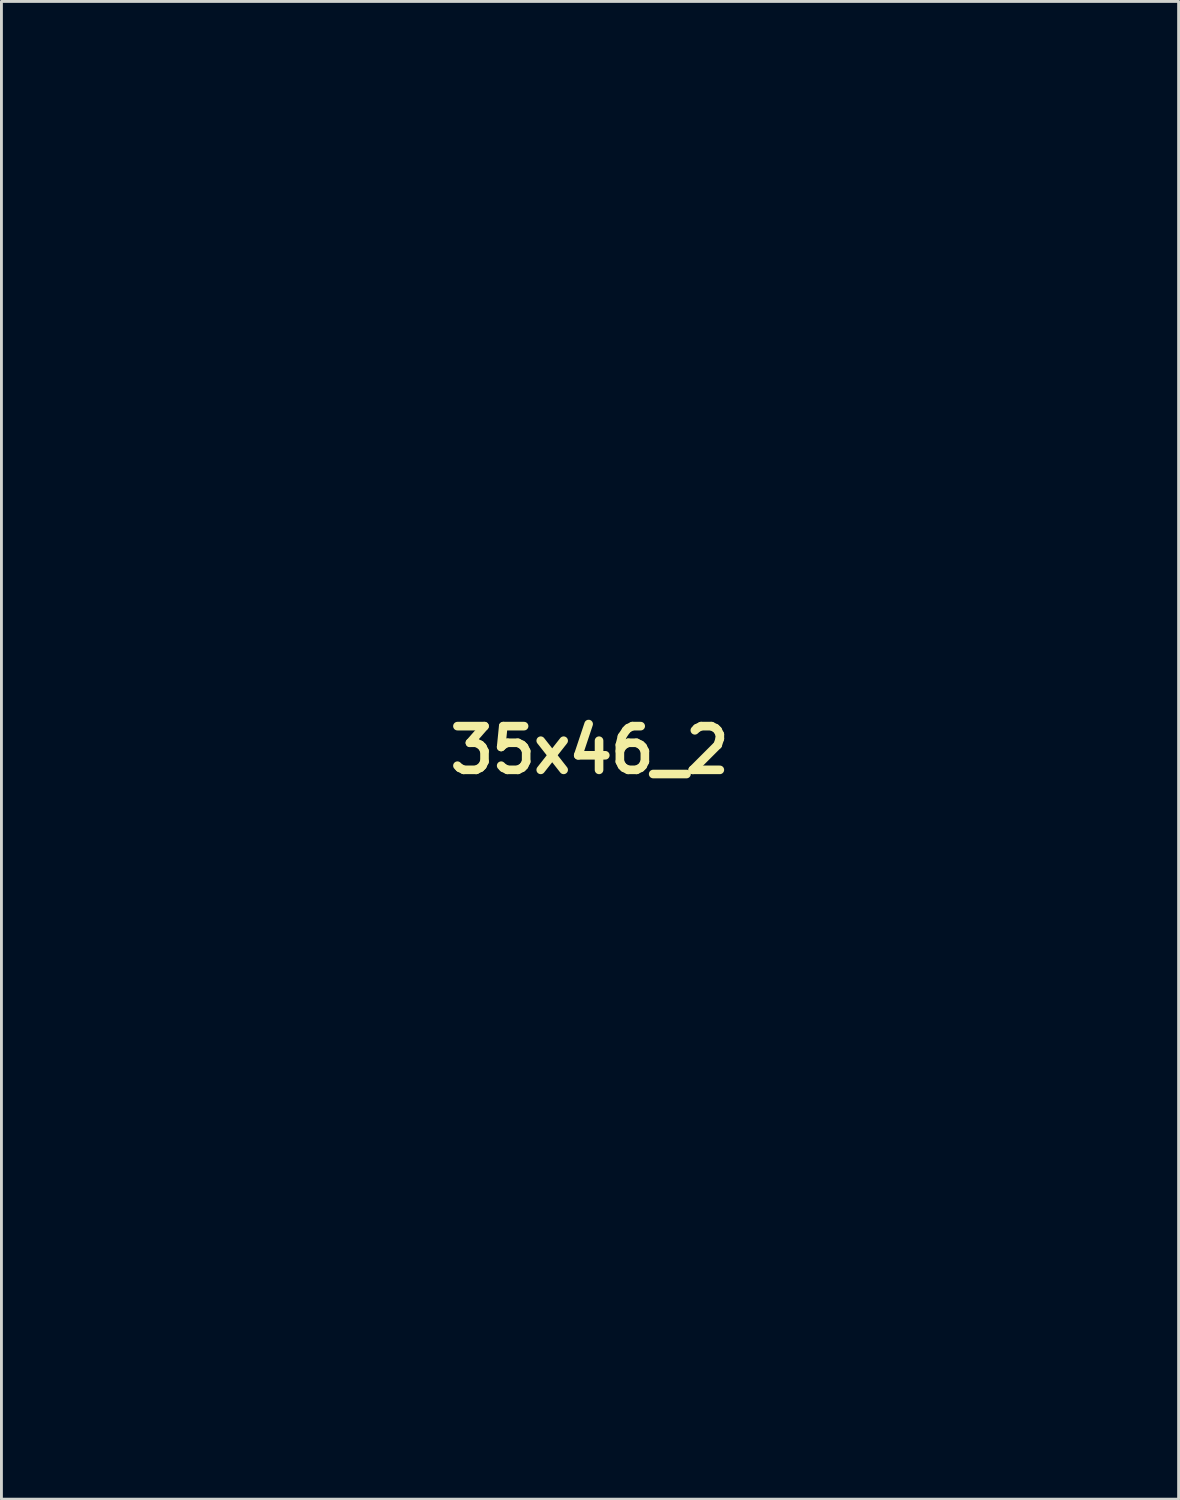
<source format=kicad_pcb>
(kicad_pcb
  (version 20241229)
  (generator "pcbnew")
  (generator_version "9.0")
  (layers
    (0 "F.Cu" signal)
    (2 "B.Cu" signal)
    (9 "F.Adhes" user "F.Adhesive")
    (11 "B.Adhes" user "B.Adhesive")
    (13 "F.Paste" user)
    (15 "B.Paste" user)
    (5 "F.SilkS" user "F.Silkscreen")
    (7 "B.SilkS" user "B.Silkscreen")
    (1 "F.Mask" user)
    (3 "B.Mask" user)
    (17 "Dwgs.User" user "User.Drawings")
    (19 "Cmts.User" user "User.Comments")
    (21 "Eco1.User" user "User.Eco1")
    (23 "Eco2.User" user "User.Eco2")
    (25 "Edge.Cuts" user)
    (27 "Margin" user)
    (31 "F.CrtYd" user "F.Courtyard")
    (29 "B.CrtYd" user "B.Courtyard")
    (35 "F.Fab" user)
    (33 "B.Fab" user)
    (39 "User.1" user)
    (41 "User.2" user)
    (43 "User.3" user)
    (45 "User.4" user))
  (footprint "35x46_2"
    (layer "F.Cu")
    (at 17.5 23.09)
    (property "Reference" "35x46_2" (at 0 0 0) (layer "F.SilkS") (effects (font (size 1.524 1.524) (thickness 0.3))))
    (attr board_only exclude_from_pos_files exclude_from_bom)
    (zone (net_name "") (layer "Eco1.User") (hatch edge 0.508) (connect_pads) (min_thickness 0.254) (filled_areas_thickness no) (fill) (polygon (pts (xy 17.779 0.000019) (xy 18.191 0.000232) (xy 18.598 0.001) (xy 18.998 0.001) (xy 19.387 0.002) (xy 19.763 0.003) (xy 20.122 0.004) (xy 20.462 0.006) (xy 20.78 0.007) (xy 21.073 0.009) (xy 21.338 0.011) (xy 21.572 0.013) (xy 21.773 0.015) (xy 21.937 0.018) (xy 22.062 0.021) (xy 22.144 0.024) (xy 22.173 0.026) (xy 22.605 0.092) (xy 23.033 0.203) (xy 23.448 0.356) (xy 23.843 0.549) (xy 24.028 0.657) (xy 24.379 0.902) (xy 24.708 1.185) (xy 25.01 1.502) (xy 25.28 1.846) (xy 25.514 2.212) (xy 25.706 2.592) (xy 25.855 2.978) (xy 25.961 3.361) (xy 26.024 3.751) (xy 26.049 4.157) (xy 26.049 4.211) (xy 26.049 4.612) (xy 25.973 4.772) (xy 25.863 4.952) (xy 25.717 5.104) (xy 25.543 5.224) (xy 25.348 5.307) (xy 25.264 5.328) (xy 25.23 5.33) (xy 25.152 5.332) (xy 25.03 5.334) (xy 24.868 5.336) (xy 24.667 5.338) (xy 24.43 5.34) (xy 24.159 5.341) (xy 23.855 5.343) (xy 23.522 5.344) (xy 23.161 5.345) (xy 22.774 5.346) (xy 22.364 5.347) (xy 21.932 5.348) (xy 21.482 5.349) (xy 21.014 5.35) (xy 20.531 5.351) (xy 20.036 5.351) (xy 19.53 5.352) (xy 19.016 5.352) (xy 18.496 5.352) (xy 17.972 5.353) (xy 17.445 5.353) (xy 16.919 5.353) (xy 16.395 5.352) (xy 15.876 5.352) (xy 15.364 5.352) (xy 14.86 5.351) (xy 14.368 5.351) (xy 13.888 5.35) (xy 13.424 5.35) (xy 12.978 5.349) (xy 12.551 5.348) (xy 12.146 5.347) (xy 11.764 5.346) (xy 11.409 5.344) (xy 11.083 5.343) (xy 10.786 5.342) (xy 10.522 5.34) (xy 10.293 5.338) (xy 10.101 5.337) (xy 9.948 5.335) (xy 9.836 5.333) (xy 9.767 5.331) (xy 9.745 5.329) (xy 9.55 5.268) (xy 9.374 5.166) (xy 9.222 5.031) (xy 9.098 4.866) (xy 9.009 4.678) (xy 8.971 4.542) (xy 8.956 4.459) (xy 8.947 4.382) (xy 8.945 4.298) (xy 8.949 4.194) (xy 8.958 4.059) (xy 8.961 4.026) (xy 9.006 3.639) (xy 9.077 3.28) (xy 9.178 2.938) (xy 9.313 2.598) (xy 9.397 2.418) (xy 9.617 2.025) (xy 9.872 1.661) (xy 10.16 1.328) (xy 10.479 1.028) (xy 10.826 0.763) (xy 11.199 0.535) (xy 11.596 0.345) (xy 12.013 0.194) (xy 12.449 0.085) (xy 12.835 0.026) (xy 12.887 0.023) (xy 12.984 0.02) (xy 13.121 0.017) (xy 13.297 0.015) (xy 13.509 0.013) (xy 13.754 0.01) (xy 14.028 0.009) (xy 14.33 0.007) (xy 14.655 0.005) (xy 15.002 0.004) (xy 15.366 0.003) (xy 15.747 0.002) (xy 16.14 0.001) (xy 16.542 0.001) (xy 16.951 0.000175) (xy 17.364 0))))
    (zone (net_name "") (layer "Eco1.User") (hatch edge 0.508) (connect_pads) (min_thickness 0.254) (filled_areas_thickness no) (fill) (polygon (pts (xy 32.872 6.925) (xy 32.997 6.928) (xy 33.096 6.934) (xy 33.181 6.944) (xy 33.261 6.959) (xy 33.334 6.976) (xy 33.642 7.078) (xy 33.928 7.221) (xy 34.188 7.402) (xy 34.388 7.586) (xy 34.575 7.803) (xy 34.724 8.029) (xy 34.844 8.273) (xy 34.939 8.549) (xy 34.949 8.585) (xy 35.011 8.81) (xy 35.017 15.796) (xy 35.024 22.783) (xy 33.655 22.783) (xy 33.655 15.96) (xy 33.655 15.213) (xy 33.655 14.512) (xy 33.654 13.857) (xy 33.654 13.247) (xy 33.653 12.682) (xy 33.653 12.159) (xy 33.652 11.68) (xy 33.651 11.242) (xy 33.649 10.846) (xy 33.648 10.491) (xy 33.647 10.175) (xy 33.645 9.898) (xy 33.643 9.66) (xy 33.641 9.459) (xy 33.639 9.296) (xy 33.637 9.168) (xy 33.634 9.076) (xy 33.631 9.018) (xy 33.629 8.998) (xy 33.57 8.797) (xy 33.472 8.621) (xy 33.338 8.474) (xy 33.17 8.359) (xy 33.142 8.345) (xy 33.061 8.308) (xy 32.99 8.284) (xy 32.913 8.27) (xy 32.814 8.262) (xy 32.754 8.259) (xy 32.403 8.267) (xy 32.041 8.317) (xy 31.674 8.406) (xy 31.309 8.533) (xy 30.95 8.696) (xy 30.605 8.893) (xy 30.436 9.007) (xy 30.31 9.104) (xy 30.166 9.23) (xy 30.013 9.376) (xy 29.861 9.531) (xy 29.719 9.687) (xy 29.596 9.833) (xy 29.522 9.93) (xy 29.328 10.237) (xy 29.156 10.578) (xy 29.009 10.943) (xy 28.892 11.322) (xy 28.863 11.439) (xy 28.811 11.663) (xy 28.803 18.296) (xy 28.796 24.929) (xy 35.024 24.929) (xy 35.017 32.718) (xy 35.017 33.439) (xy 35.016 34.114) (xy 35.016 34.745) (xy 35.015 35.334) (xy 35.014 35.882) (xy 35.014 36.39) (xy 35.013 36.859) (xy 35.012 37.293) (xy 35.012 37.691) (xy 35.011 38.056) (xy 35.01 38.389) (xy 35.009 38.691) (xy 35.008 38.964) (xy 35.007 39.21) (xy 35.006 39.43) (xy 35.004 39.625) (xy 35.003 39.798) (xy 35.001 39.949) (xy 34.999 40.081) (xy 34.997 40.194) (xy 34.995 40.29) (xy 34.993 40.371) (xy 34.991 40.438) (xy 34.988 40.493) (xy 34.985 40.537) (xy 34.982 40.572) (xy 34.979 40.599) (xy 34.976 40.619) (xy 34.972 40.636) (xy 34.97 40.642) (xy 34.87 40.896) (xy 34.733 41.123) (xy 34.561 41.319) (xy 34.357 41.482) (xy 34.123 41.61) (xy 34.038 41.645) (xy 33.972 41.668) (xy 33.91 41.685) (xy 33.843 41.696) (xy 33.758 41.703) (xy 33.647 41.708) (xy 33.502 41.71) (xy 33.366 41.712) (xy 33.241 41.712) (xy 33.137 41.711) (xy 33.064 41.708) (xy 33.042 41.707) (xy 32.859 41.685) (xy 32.712 41.666) (xy 32.59 41.649) (xy 32.481 41.632) (xy 32.374 41.612) (xy 32.311 41.6) (xy 31.806 41.476) (xy 31.311 41.308) (xy 30.83 41.097) (xy 30.366 40.846) (xy 29.924 40.557) (xy 29.507 40.231) (xy 29.17 39.922) (xy 28.8 39.523) (xy 28.47 39.099) (xy 28.179 38.651) (xy 27.929 38.178) (xy 27.72 37.681) (xy 27.551 37.162) (xy 27.424 36.62) (xy 27.389 36.426) (xy 27.386 36.406) (xy 27.383 36.383) (xy 27.38 36.356) (xy 27.377 36.324) (xy 27.375 36.287) (xy 27.372 36.241) (xy 27.37 36.188) (xy 27.368 36.124) (xy 27.366 36.05) (xy 27.364 35.963) (xy 27.362 35.863) (xy 27.361 35.748) (xy 27.359 35.617) (xy 27.358 35.469) (xy 27.356 35.303) (xy 27.355 35.118) (xy 27.354 34.911) (xy 27.353 34.683) (xy 27.352 34.431) (xy 27.351 34.155) (xy 27.351 33.853) (xy 27.35 33.524) (xy 27.349 33.168) (xy 27.349 32.782) (xy 27.348 32.365) (xy 27.348 31.917) (xy 27.348 31.435) (xy 27.347 30.92) (xy 27.347 30.369) (xy 27.347 29.781) (xy 27.347 29.156) (xy 27.347 28.492) (xy 27.346 27.787) (xy 27.346 27.041) (xy 27.346 26.252) (xy 27.346 25.419) (xy 27.346 24.54) (xy 27.346 23.962) (xy 27.346 11.758) (xy 27.4 11.463) (xy 27.514 10.961) (xy 27.67 10.478) (xy 27.866 10.016) (xy 28.101 9.578) (xy 28.372 9.165) (xy 28.68 8.78) (xy 29.022 8.424) (xy 29.396 8.1) (xy 29.801 7.809) (xy 30.236 7.554) (xy 30.389 7.476) (xy 30.844 7.276) (xy 31.3 7.122) (xy 31.761 7.013) (xy 32.232 6.948) (xy 32.712 6.925))))
    (zone (net_name "") (layer "Eco1.User") (hatch edge 0.508) (connect_pads) (min_thickness 0.254) (filled_areas_thickness no) (fill) (polygon (pts (xy 2.583 6.933) (xy 2.862 6.954) (xy 3.134 6.992) (xy 3.417 7.049) (xy 3.57 7.086) (xy 4.055 7.233) (xy 4.52 7.422) (xy 4.963 7.652) (xy 5.383 7.922) (xy 5.779 8.231) (xy 6.147 8.578) (xy 6.486 8.961) (xy 6.617 9.128) (xy 6.892 9.534) (xy 7.129 9.965) (xy 7.327 10.422) (xy 7.486 10.906) (xy 7.607 11.417) (xy 7.623 11.502) (xy 7.677 11.805) (xy 7.677 23.939) (xy 7.677 24.871) (xy 7.677 25.758) (xy 7.677 26.599) (xy 7.677 27.397) (xy 7.677 28.152) (xy 7.676 28.865) (xy 7.676 29.537) (xy 7.676 30.17) (xy 7.675 30.764) (xy 7.675 31.321) (xy 7.674 31.842) (xy 7.674 32.327) (xy 7.673 32.778) (xy 7.672 33.196) (xy 7.672 33.582) (xy 7.671 33.937) (xy 7.67 34.262) (xy 7.669 34.559) (xy 7.667 34.827) (xy 7.666 35.069) (xy 7.665 35.286) (xy 7.664 35.478) (xy 7.662 35.647) (xy 7.66 35.794) (xy 7.659 35.919) (xy 7.657 36.025) (xy 7.655 36.111) (xy 7.653 36.179) (xy 7.651 36.231) (xy 7.649 36.267) (xy 7.647 36.285) (xy 7.548 36.828) (xy 7.412 37.345) (xy 7.236 37.838) (xy 7.021 38.312) (xy 6.763 38.769) (xy 6.462 39.214) (xy 6.395 39.304) (xy 6.288 39.436) (xy 6.153 39.588) (xy 5.998 39.753) (xy 5.832 39.921) (xy 5.664 40.084) (xy 5.502 40.234) (xy 5.356 40.36) (xy 5.272 40.427) (xy 4.821 40.742) (xy 4.357 41.013) (xy 3.879 41.239) (xy 3.382 41.423) (xy 2.864 41.565) (xy 2.359 41.662) (xy 2.218 41.68) (xy 2.055 41.694) (xy 1.879 41.704) (xy 1.7 41.71) (xy 1.526 41.712) (xy 1.367 41.71) (xy 1.233 41.704) (xy 1.133 41.692) (xy 1.104 41.686) (xy 0.86 41.6) (xy 0.639 41.474) (xy 0.443 41.312) (xy 0.275 41.115) (xy 0.14 40.887) (xy 0.056 40.683) (xy 0.052 40.67) (xy 0.048 40.655) (xy 0.045 40.635) (xy 0.042 40.61) (xy 0.038 40.578) (xy 0.036 40.538) (xy 0.033 40.487) (xy 0.03 40.425) (xy 0.028 40.35) (xy 0.026 40.26) (xy 0.024 40.154) (xy 0.022 40.03) (xy 0.021 39.888) (xy 0.019 39.724) (xy 0.018 39.538) (xy 0.017 39.329) (xy 0.016 39.094) (xy 0.014 38.833) (xy 0.014 38.543) (xy 0.013 38.224) (xy 0.012 37.873) (xy 0.011 37.489) (xy 0.011 37.071) (xy 0.01 36.617) (xy 0.009 36.126) (xy 0.009 35.596) (xy 0.008 35.025) (xy 0.008 34.413) (xy 0.007 33.756) (xy 0.007 33.055) (xy 0.006 32.741) (xy 0.000129 24.929) (xy 6.227 24.929) (xy 6.226 18.45) (xy 6.226 17.784) (xy 6.226 17.164) (xy 6.226 16.587) (xy 6.226 16.052) (xy 6.226 15.558) (xy 6.226 15.103) (xy 6.225 14.684) (xy 6.224 14.3) (xy 6.224 13.95) (xy 6.223 13.632) (xy 6.221 13.344) (xy 6.22 13.084) (xy 6.218 12.85) (xy 6.216 12.642) (xy 6.213 12.456) (xy 6.21 12.292) (xy 6.207 12.148) (xy 6.203 12.022) (xy 6.199 11.912) (xy 6.194 11.817) (xy 6.189 11.735) (xy 6.183 11.664) (xy 6.177 11.602) (xy 6.17 11.548) (xy 6.162 11.5) (xy 6.154 11.456) (xy 6.145 11.415) (xy 6.135 11.375) (xy 6.124 11.334) (xy 6.113 11.291) (xy 6.111 11.281) (xy 5.98 10.862) (xy 5.81 10.467) (xy 5.601 10.096) (xy 5.357 9.753) (xy 5.08 9.439) (xy 4.771 9.157) (xy 4.432 8.908) (xy 4.067 8.695) (xy 3.677 8.519) (xy 3.264 8.383) (xy 3.019 8.324) (xy 2.894 8.3) (xy 2.769 8.284) (xy 2.631 8.275) (xy 2.467 8.27) (xy 2.394 8.269) (xy 2.253 8.269) (xy 2.149 8.27) (xy 2.073 8.274) (xy 2.017 8.282) (xy 1.971 8.295) (xy 1.925 8.314) (xy 1.882 8.335) (xy 1.716 8.445) (xy 1.572 8.591) (xy 1.46 8.764) (xy 1.456 8.773) (xy 1.38 8.926) (xy 1.374 15.855) (xy 1.368 22.783) (xy 0 22.783) (xy 0.006 15.773) (xy 0.012 8.762) (xy 0.066 8.574) (xy 0.177 8.261) (xy 0.327 7.974) (xy 0.513 7.715) (xy 0.731 7.486) (xy 0.98 7.291) (xy 1.256 7.131) (xy 1.558 7.009) (xy 1.663 6.978) (xy 1.741 6.959) (xy 1.816 6.945) (xy 1.899 6.935) (xy 2.001 6.93) (xy 2.13 6.927) (xy 2.276 6.926))))
    (zone (net_name "") (layer "Eco1.User") (hatch edge 0.508) (connect_pads) (min_thickness 0.254) (filled_areas_thickness no) (fill) (polygon (pts (xy 20.583 6.584) (xy 20.899 6.584) (xy 21.184 6.585) (xy 21.44 6.587) (xy 21.667 6.588) (xy 21.87 6.59) (xy 22.049 6.593) (xy 22.206 6.596) (xy 22.344 6.599) (xy 22.463 6.604) (xy 22.568 6.608) (xy 22.658 6.614) (xy 22.737 6.62) (xy 22.806 6.626) (xy 22.867 6.633) (xy 22.922 6.641) (xy 22.974 6.65) (xy 23.023 6.66) (xy 23.072 6.67) (xy 23.091 6.674) (xy 23.474 6.781) (xy 23.848 6.93) (xy 24.207 7.118) (xy 24.545 7.341) (xy 24.855 7.595) (xy 25.13 7.877) (xy 25.131 7.878) (xy 25.387 8.207) (xy 25.605 8.562) (xy 25.786 8.944) (xy 25.93 9.355) (xy 25.996 9.605) (xy 26.048 9.824) (xy 26.055 16.345) (xy 26.056 17.067) (xy 26.056 17.742) (xy 26.056 18.372) (xy 26.057 18.958) (xy 26.057 19.5) (xy 26.056 19.999) (xy 26.056 20.456) (xy 26.055 20.872) (xy 26.055 21.248) (xy 26.054 21.585) (xy 26.052 21.884) (xy 26.051 22.144) (xy 26.049 22.369) (xy 26.047 22.557) (xy 26.045 22.711) (xy 26.043 22.83) (xy 26.041 22.916) (xy 26.038 22.97) (xy 26.036 22.99) (xy 25.976 23.179) (xy 25.88 23.368) (xy 25.754 23.546) (xy 25.607 23.702) (xy 25.447 23.825) (xy 25.387 23.86) (xy 25.323 23.894) (xy 25.266 23.923) (xy 25.213 23.947) (xy 25.158 23.967) (xy 25.098 23.983) (xy 25.029 23.996) (xy 24.944 24.006) (xy 24.841 24.013) (xy 24.713 24.019) (xy 24.558 24.024) (xy 24.371 24.027) (xy 24.146 24.031) (xy 23.879 24.034) (xy 23.809 24.035) (xy 23.514 24.039) (xy 23.261 24.043) (xy 23.044 24.048) (xy 22.859 24.054) (xy 22.701 24.061) (xy 22.562 24.07) (xy 22.44 24.081) (xy 22.327 24.095) (xy 22.22 24.112) (xy 22.113 24.132) (xy 21.999 24.156) (xy 21.875 24.185) (xy 21.863 24.188) (xy 21.5 24.288) (xy 21.127 24.421) (xy 20.757 24.579) (xy 20.404 24.757) (xy 20.083 24.949) (xy 20.047 24.972) (xy 19.63 25.278) (xy 19.246 25.617) (xy 18.896 25.985) (xy 18.582 26.382) (xy 18.305 26.805) (xy 18.067 27.251) (xy 17.871 27.719) (xy 17.716 28.205) (xy 17.701 28.264) (xy 17.682 28.334) (xy 17.666 28.397) (xy 17.65 28.455) (xy 17.636 28.511) (xy 17.623 28.566) (xy 17.611 28.622) (xy 17.6 28.682) (xy 17.591 28.747) (xy 17.582 28.819) (xy 17.574 28.9) (xy 17.568 28.992) (xy 17.562 29.098) (xy 17.556 29.219) (xy 17.552 29.357) (xy 17.548 29.513) (xy 17.545 29.691) (xy 17.542 29.892) (xy 17.54 30.118) (xy 17.538 30.371) (xy 17.537 30.653) (xy 17.536 30.966) (xy 17.536 31.312) (xy 17.535 31.692) (xy 17.535 32.11) (xy 17.535 32.566) (xy 17.535 33.063) (xy 17.535 33.603) (xy 17.535 34.188) (xy 17.535 34.317) (xy 17.535 39.519) (xy 17.598 39.614) (xy 17.634 39.665) (xy 17.67 39.706) (xy 17.713 39.737) (xy 17.768 39.761) (xy 17.84 39.778) (xy 17.935 39.79) (xy 18.06 39.798) (xy 18.218 39.802) (xy 18.417 39.806) (xy 18.471 39.806) (xy 18.698 39.808) (xy 18.886 39.807) (xy 19.034 39.803) (xy 19.138 39.796) (xy 19.197 39.788) (xy 19.299 39.742) (xy 19.396 39.669) (xy 19.471 39.581) (xy 19.496 39.535) (xy 19.5 39.52) (xy 19.503 39.491) (xy 19.507 39.448) (xy 19.509 39.387) (xy 19.512 39.309) (xy 19.514 39.21) (xy 19.517 39.09) (xy 19.518 38.946) (xy 19.52 38.776) (xy 19.522 38.58) (xy 19.523 38.355) (xy 19.524 38.1) (xy 19.525 37.812) (xy 19.526 37.491) (xy 19.527 37.134) (xy 19.527 36.739) (xy 19.528 36.306) (xy 19.528 35.832) (xy 19.528 35.316) (xy 19.528 34.756) (xy 19.529 34.287) (xy 19.529 33.695) (xy 19.529 33.149) (xy 19.528 32.646) (xy 19.529 32.185) (xy 19.529 31.763) (xy 19.529 31.379) (xy 19.53 31.03) (xy 19.53 30.716) (xy 19.532 30.434) (xy 19.533 30.181) (xy 19.535 29.958) (xy 19.538 29.76) (xy 19.541 29.587) (xy 19.544 29.437) (xy 19.549 29.307) (xy 19.554 29.196) (xy 19.559 29.102) (xy 19.566 29.023) (xy 19.573 28.958) (xy 19.582 28.903) (xy 19.591 28.858) (xy 19.601 28.82) (xy 19.613 28.788) (xy 19.625 28.76) (xy 19.639 28.734) (xy 19.654 28.707) (xy 19.67 28.679) (xy 19.688 28.646) (xy 19.688 28.646) (xy 19.813 28.456) (xy 19.975 28.286) (xy 20.165 28.144) (xy 20.375 28.036) (xy 20.532 27.984) (xy 20.582 27.977) (xy 20.676 27.971) (xy 20.808 27.965) (xy 20.975 27.96) (xy 21.172 27.956) (xy 21.395 27.952) (xy 21.64 27.949) (xy 21.903 27.947) (xy 22.179 27.945) (xy 22.465 27.944) (xy 22.756 27.944) (xy 23.047 27.944) (xy 23.335 27.945) (xy 23.615 27.946) (xy 23.884 27.949) (xy 24.136 27.951) (xy 24.369 27.955) (xy 24.577 27.959) (xy 24.756 27.964) (xy 24.902 27.969) (xy 25.011 27.975) (xy 25.079 27.982) (xy 25.092 27.984) (xy 25.3 28.056) (xy 25.495 28.167) (xy 25.671 28.311) (xy 25.821 28.482) (xy 25.94 28.672) (xy 26.019 28.876) (xy 26.036 28.944) (xy 26.039 28.974) (xy 26.041 29.036) (xy 26.044 29.131) (xy 26.046 29.26) (xy 26.048 29.425) (xy 26.049 29.624) (xy 26.051 29.861) (xy 26.052 30.134) (xy 26.053 30.446) (xy 26.054 30.796) (xy 26.055 31.186) (xy 26.056 31.617) (xy 26.056 32.089) (xy 26.057 32.603) (xy 26.057 33.159) (xy 26.057 33.76) (xy 26.056 34.404) (xy 26.056 35.094) (xy 26.055 35.831) (xy 26.055 36.12) (xy 26.048 43.171) (xy 25.986 43.419) (xy 25.859 43.834) (xy 25.696 44.22) (xy 25.496 44.577) (xy 25.259 44.903) (xy 24.987 45.2) (xy 24.679 45.466) (xy 24.487 45.604) (xy 24.164 45.796) (xy 23.813 45.957) (xy 23.429 46.087) (xy 23.207 46.146) (xy 23.186 46.151) (xy 23.162 46.155) (xy 23.133 46.159) (xy 23.097 46.163) (xy 23.053 46.166) (xy 22.998 46.169) (xy 22.931 46.172) (xy 22.85 46.175) (xy 22.753 46.177) (xy 22.638 46.179) (xy 22.503 46.181) (xy 22.347 46.183) (xy 22.167 46.184) (xy 21.963 46.185) (xy 21.731 46.187) (xy 21.47 46.188) (xy 21.179 46.189) (xy 20.855 46.189) (xy 20.497 46.19) (xy 20.102 46.191) (xy 19.669 46.192) (xy 19.196 46.192) (xy 18.682 46.193) (xy 18.124 46.193) (xy 17.583 46.194) (xy 16.983 46.194) (xy 16.429 46.195) (xy 15.918 46.195) (xy 15.449 46.195) (xy 15.02 46.195) (xy 14.628 46.195) (xy 14.273 46.195) (xy 13.951 46.195) (xy 13.662 46.195) (xy 13.403 46.194) (xy 13.172 46.193) (xy 12.968 46.192) (xy 12.789 46.191) (xy 12.633 46.189) (xy 12.498 46.188) (xy 12.382 46.186) (xy 12.283 46.184) (xy 12.199 46.181) (xy 12.13 46.178) (xy 12.071 46.175) (xy 12.023 46.172) (xy 11.982 46.168) (xy 11.948 46.164) (xy 11.918 46.16) (xy 11.894 46.156) (xy 11.503 46.063) (xy 11.127 45.928) (xy 10.77 45.752) (xy 10.435 45.538) (xy 10.126 45.289) (xy 9.846 45.007) (xy 9.599 44.695) (xy 9.388 44.355) (xy 9.346 44.276) (xy 9.184 43.913) (xy 9.065 43.542) (xy 8.988 43.156) (xy 8.962 42.926) (xy 8.96 42.887) (xy 8.958 42.813) (xy 8.957 42.705) (xy 8.955 42.561) (xy 8.954 42.381) (xy 8.952 42.164) (xy 8.951 41.911) (xy 8.95 41.62) (xy 8.949 41.292) (xy 8.948 40.925) (xy 8.947 40.52) (xy 8.946 40.075) (xy 8.945 39.591) (xy 8.945 39.067) (xy 8.944 38.503) (xy 8.944 37.897) (xy 8.943 37.25) (xy 8.943 36.561) (xy 8.943 35.83) (xy 8.943 35.057) (xy 8.942 34.24) (xy 8.942 33.379) (xy 8.943 32.475) (xy 8.943 31.525) (xy 8.943 30.531) (xy 8.943 29.492) (xy 8.944 28.406) (xy 8.944 27.274) (xy 8.945 26.285) (xy 8.945 25.231) (xy 8.946 24.223) (xy 8.946 23.259) (xy 8.947 22.34) (xy 8.947 21.464) (xy 8.948 20.63) (xy 8.948 19.837) (xy 8.949 19.083) (xy 8.949 18.369) (xy 8.95 17.692) (xy 8.95 17.052) (xy 8.951 16.448) (xy 8.951 15.878) (xy 8.952 15.342) (xy 8.953 14.838) (xy 8.953 14.367) (xy 8.954 13.925) (xy 8.955 13.513) (xy 8.955 13.13) (xy 8.956 12.773) (xy 8.957 12.444) (xy 8.958 12.139) (xy 8.959 11.859) (xy 8.96 11.602) (xy 8.961 11.367) (xy 8.962 11.153) (xy 8.963 10.959) (xy 8.965 10.784) (xy 8.966 10.628) (xy 8.967 10.488) (xy 8.969 10.364) (xy 8.97 10.255) (xy 8.972 10.16) (xy 8.974 10.077) (xy 8.976 10.007) (xy 8.978 9.947) (xy 8.98 9.896) (xy 8.982 9.855) (xy 8.984 9.821) (xy 8.986 9.793) (xy 8.989 9.771) (xy 8.991 9.753) (xy 8.994 9.741) (xy 9.1 9.315) (xy 9.239 8.921) (xy 9.412 8.556) (xy 9.621 8.217) (xy 9.868 7.901) (xy 10.057 7.699) (xy 10.362 7.423) (xy 10.688 7.187) (xy 11.038 6.989) (xy 11.415 6.827) (xy 11.821 6.7) (xy 12.099 6.636) (xy 12.125 6.631) (xy 12.155 6.627) (xy 12.192 6.623) (xy 12.237 6.619) (xy 12.292 6.616) (xy 12.36 6.613) (xy 12.442 6.61) (xy 12.54 6.607) (xy 12.656 6.605) (xy 12.792 6.603) (xy 12.95 6.601) (xy 13.131 6.6) (xy 13.339 6.598) (xy 13.574 6.597) (xy 13.839 6.595) (xy 14.135 6.594) (xy 14.465 6.593) (xy 14.83 6.592) (xy 15.233 6.591) (xy 15.674 6.59) (xy 16.157 6.589) (xy 16.683 6.588) (xy 17.254 6.587) (xy 17.323 6.587) (xy 17.915 6.586) (xy 18.461 6.585) (xy 18.964 6.584) (xy 19.426 6.584) (xy 19.848 6.584) (xy 20.233 6.584)))))
  (gr_rect
    (start -3 -3)
    (end 38.024 49.195)
    (stroke (width 0.1) (type default))
    (fill no)
    (layer "Edge.Cuts")))
</source>
